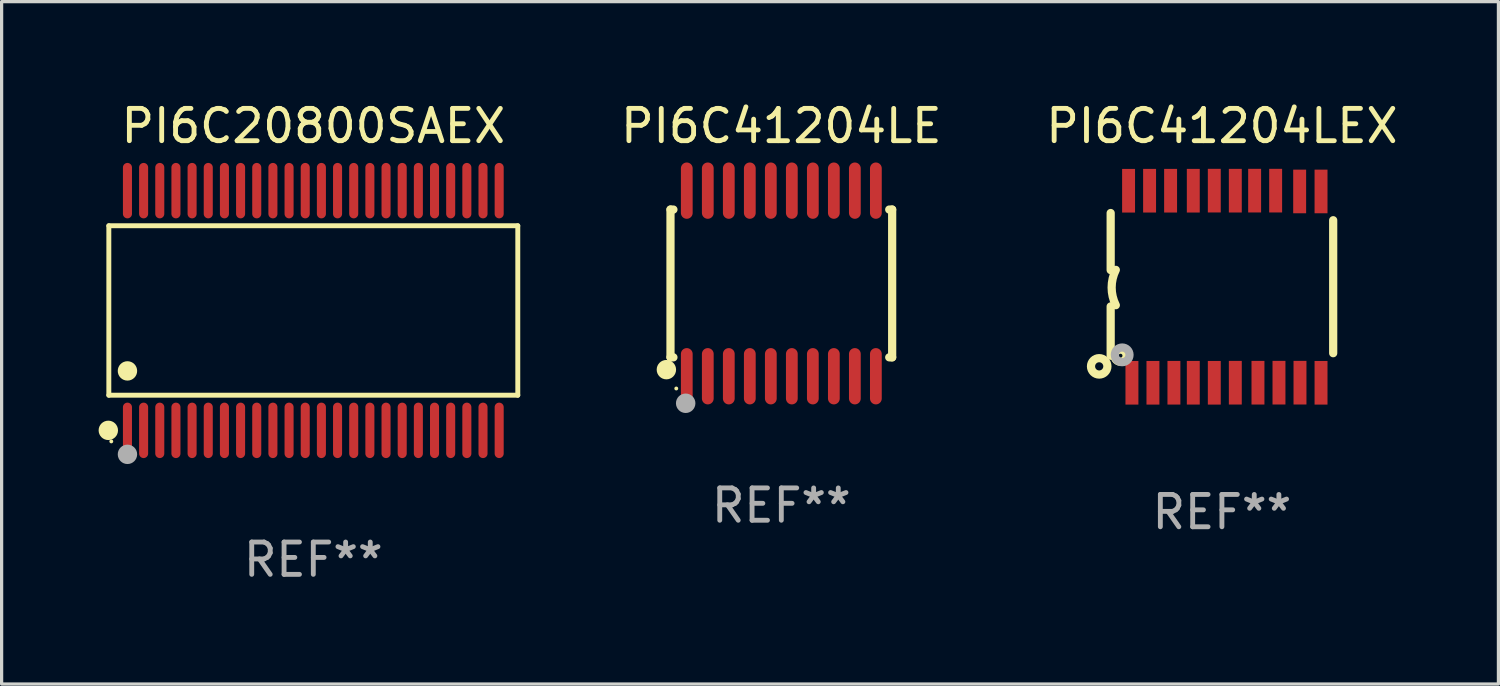
<source format=kicad_pcb>
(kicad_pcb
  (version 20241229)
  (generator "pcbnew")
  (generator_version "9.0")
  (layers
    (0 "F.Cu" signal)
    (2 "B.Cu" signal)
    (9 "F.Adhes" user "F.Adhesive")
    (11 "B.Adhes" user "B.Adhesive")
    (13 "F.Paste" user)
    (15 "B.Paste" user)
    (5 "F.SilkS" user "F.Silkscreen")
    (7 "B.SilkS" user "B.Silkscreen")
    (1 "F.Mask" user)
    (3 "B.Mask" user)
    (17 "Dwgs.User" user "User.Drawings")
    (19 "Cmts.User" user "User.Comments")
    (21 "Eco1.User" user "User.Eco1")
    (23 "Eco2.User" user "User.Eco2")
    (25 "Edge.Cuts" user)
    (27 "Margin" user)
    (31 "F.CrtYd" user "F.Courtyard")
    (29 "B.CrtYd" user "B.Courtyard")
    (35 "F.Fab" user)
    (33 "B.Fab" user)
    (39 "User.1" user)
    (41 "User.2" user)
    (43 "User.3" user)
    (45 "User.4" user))
  (footprint "PI6C20800SAEX"
    (layer "F.Cu")
    (at 6.643 6.556)
    (property "Reference" "PI6C20800SAEX" (at 0 -5.708 0) (layer "F.SilkS") (effects (font (size 1 1) (thickness 0.15))))
    (attr through_hole)
    (fp_line (start -6.326 -2.622) (end 6.326 -2.622) (stroke (width 0.152) (type solid)) (layer "F.SilkS"))
    (fp_line (start -6.326 2.621) (end -6.326 -2.622) (stroke (width 0.152) (type solid)) (layer "F.SilkS"))
    (fp_line (start 6.326 -2.622) (end 6.326 2.621) (stroke (width 0.152) (type solid)) (layer "F.SilkS"))
    (fp_line (start 6.326 2.621) (end -6.326 2.621) (stroke (width 0.152) (type solid)) (layer "F.SilkS"))
    (fp_circle (center -6.342 3.708) (end -6.192 3.708) (stroke (width 0.3) (type solid)) (fill no) (layer "F.SilkS"))
    (fp_circle (center -6.25 4.05) (end -6.22 4.05) (stroke (width 0.06) (type solid)) (fill no) (layer "F.SilkS"))
    (fp_circle (center -5.75 1.869) (end -5.6 1.869) (stroke (width 0.3) (type solid)) (fill no) (layer "F.SilkS"))
    (fp_circle (center -5.75 4.45) (end -5.6 4.45) (stroke (width 0.3) (type solid)) (fill no) (layer "F.Fab"))
    (fp_text user "REF**" (at 0 7.708 0) (layer "F.Fab") (effects (font (size 1 1) (thickness 0.15))))
    (pad "1" smd oval (at -5.75 3.708) (size 0.28 1.715) (layers "F.Cu" "F.Mask" "F.Paste"))
    (pad "2" smd oval (at -5.25 3.708) (size 0.28 1.715) (layers "F.Cu" "F.Mask" "F.Paste"))
    (pad "3" smd oval (at -4.75 3.708) (size 0.28 1.715) (layers "F.Cu" "F.Mask" "F.Paste"))
    (pad "4" smd oval (at -4.25 3.708) (size 0.28 1.715) (layers "F.Cu" "F.Mask" "F.Paste"))
    (pad "5" smd oval (at -3.75 3.708) (size 0.28 1.715) (layers "F.Cu" "F.Mask" "F.Paste"))
    (pad "6" smd oval (at -3.25 3.708) (size 0.28 1.715) (layers "F.Cu" "F.Mask" "F.Paste"))
    (pad "7" smd oval (at -2.75 3.708) (size 0.28 1.715) (layers "F.Cu" "F.Mask" "F.Paste"))
    (pad "8" smd oval (at -2.25 3.708) (size 0.28 1.715) (layers "F.Cu" "F.Mask" "F.Paste"))
    (pad "9" smd oval (at -1.75 3.708) (size 0.28 1.715) (layers "F.Cu" "F.Mask" "F.Paste"))
    (pad "10" smd oval (at -1.25 3.708) (size 0.28 1.715) (layers "F.Cu" "F.Mask" "F.Paste"))
    (pad "11" smd oval (at -0.75 3.708) (size 0.28 1.715) (layers "F.Cu" "F.Mask" "F.Paste"))
    (pad "12" smd oval (at -0.25 3.708) (size 0.28 1.715) (layers "F.Cu" "F.Mask" "F.Paste"))
    (pad "13" smd oval (at 0.25 3.708) (size 0.28 1.715) (layers "F.Cu" "F.Mask" "F.Paste"))
    (pad "14" smd oval (at 0.75 3.708) (size 0.28 1.715) (layers "F.Cu" "F.Mask" "F.Paste"))
    (pad "15" smd oval (at 1.25 3.708) (size 0.28 1.715) (layers "F.Cu" "F.Mask" "F.Paste"))
    (pad "16" smd oval (at 1.75 3.708) (size 0.28 1.715) (layers "F.Cu" "F.Mask" "F.Paste"))
    (pad "17" smd oval (at 2.25 3.708) (size 0.28 1.715) (layers "F.Cu" "F.Mask" "F.Paste"))
    (pad "18" smd oval (at 2.75 3.708) (size 0.28 1.715) (layers "F.Cu" "F.Mask" "F.Paste"))
    (pad "19" smd oval (at 3.25 3.708) (size 0.28 1.715) (layers "F.Cu" "F.Mask" "F.Paste"))
    (pad "20" smd oval (at 3.75 3.708) (size 0.28 1.715) (layers "F.Cu" "F.Mask" "F.Paste"))
    (pad "21" smd oval (at 4.25 3.708) (size 0.28 1.715) (layers "F.Cu" "F.Mask" "F.Paste"))
    (pad "22" smd oval (at 4.75 3.708) (size 0.28 1.715) (layers "F.Cu" "F.Mask" "F.Paste"))
    (pad "23" smd oval (at 5.25 3.708) (size 0.28 1.715) (layers "F.Cu" "F.Mask" "F.Paste"))
    (pad "24" smd oval (at 5.75 3.708) (size 0.28 1.715) (layers "F.Cu" "F.Mask" "F.Paste"))
    (pad "25" smd oval (at 5.75 -3.708) (size 0.28 1.715) (layers "F.Cu" "F.Mask" "F.Paste"))
    (pad "26" smd oval (at 5.25 -3.708) (size 0.28 1.715) (layers "F.Cu" "F.Mask" "F.Paste"))
    (pad "27" smd oval (at 4.75 -3.708) (size 0.28 1.715) (layers "F.Cu" "F.Mask" "F.Paste"))
    (pad "28" smd oval (at 4.25 -3.708) (size 0.28 1.715) (layers "F.Cu" "F.Mask" "F.Paste"))
    (pad "29" smd oval (at 3.75 -3.708) (size 0.28 1.715) (layers "F.Cu" "F.Mask" "F.Paste"))
    (pad "30" smd oval (at 3.25 -3.708) (size 0.28 1.715) (layers "F.Cu" "F.Mask" "F.Paste"))
    (pad "31" smd oval (at 2.75 -3.708) (size 0.28 1.715) (layers "F.Cu" "F.Mask" "F.Paste"))
    (pad "32" smd oval (at 2.25 -3.708) (size 0.28 1.715) (layers "F.Cu" "F.Mask" "F.Paste"))
    (pad "33" smd oval (at 1.75 -3.708) (size 0.28 1.715) (layers "F.Cu" "F.Mask" "F.Paste"))
    (pad "34" smd oval (at 1.25 -3.708) (size 0.28 1.715) (layers "F.Cu" "F.Mask" "F.Paste"))
    (pad "35" smd oval (at 0.75 -3.708) (size 0.28 1.715) (layers "F.Cu" "F.Mask" "F.Paste"))
    (pad "36" smd oval (at 0.25 -3.708) (size 0.28 1.715) (layers "F.Cu" "F.Mask" "F.Paste"))
    (pad "37" smd oval (at -0.25 -3.708) (size 0.28 1.715) (layers "F.Cu" "F.Mask" "F.Paste"))
    (pad "38" smd oval (at -0.75 -3.708) (size 0.28 1.715) (layers "F.Cu" "F.Mask" "F.Paste"))
    (pad "39" smd oval (at -1.25 -3.708) (size 0.28 1.715) (layers "F.Cu" "F.Mask" "F.Paste"))
    (pad "40" smd oval (at -1.75 -3.708) (size 0.28 1.715) (layers "F.Cu" "F.Mask" "F.Paste"))
    (pad "41" smd oval (at -2.25 -3.708) (size 0.28 1.715) (layers "F.Cu" "F.Mask" "F.Paste"))
    (pad "42" smd oval (at -2.75 -3.708) (size 0.28 1.715) (layers "F.Cu" "F.Mask" "F.Paste"))
    (pad "43" smd oval (at -3.25 -3.708) (size 0.28 1.715) (layers "F.Cu" "F.Mask" "F.Paste"))
    (pad "44" smd oval (at -3.75 -3.708) (size 0.28 1.715) (layers "F.Cu" "F.Mask" "F.Paste"))
    (pad "45" smd oval (at -4.25 -3.708) (size 0.28 1.715) (layers "F.Cu" "F.Mask" "F.Paste"))
    (pad "46" smd oval (at -4.75 -3.708) (size 0.28 1.715) (layers "F.Cu" "F.Mask" "F.Paste"))
    (pad "47" smd oval (at -5.25 -3.708) (size 0.28 1.715) (layers "F.Cu" "F.Mask" "F.Paste"))
    (pad "48" smd oval (at -5.75 -3.708) (size 0.28 1.715) (layers "F.Cu" "F.Mask" "F.Paste")))
  (footprint "PI6C41204LE"
    (layer "F.Cu")
    (at 21.122 5.719)
    (property "Reference" "PI6C41204LE" (at 0 -4.871 0) (layer "F.SilkS") (effects (font (size 1 1) (thickness 0.15))))
    (attr through_hole)
    (fp_line (start -3.429 -2.286) (end -3.429 2.286) (stroke (width 0.254) (type solid)) (layer "F.SilkS"))
    (fp_line (start -3.429 2.286) (end -3.338 2.286) (stroke (width 0.254) (type solid)) (layer "F.SilkS"))
    (fp_line (start -3.338 -2.286) (end -3.429 -2.286) (stroke (width 0.254) (type solid)) (layer "F.SilkS"))
    (fp_line (start 3.338 -2.286) (end 3.429 -2.286) (stroke (width 0.254) (type solid)) (layer "F.SilkS"))
    (fp_line (start 3.429 -2.286) (end 3.429 2.286) (stroke (width 0.254) (type solid)) (layer "F.SilkS"))
    (fp_line (start 3.429 2.286) (end 3.338 2.286) (stroke (width 0.254) (type solid)) (layer "F.SilkS"))
    (fp_circle (center -3.556 2.667) (end -3.406 2.667) (stroke (width 0.3) (type solid)) (fill no) (layer "F.SilkS"))
    (fp_circle (center -3.25 3.25) (end -3.22 3.25) (stroke (width 0.06) (type solid)) (fill no) (layer "F.SilkS"))
    (fp_circle (center -2.959 3.707) (end -2.808 3.707) (stroke (width 0.3) (type solid)) (fill no) (layer "F.Fab"))
    (fp_text user "REF**" (at 0 6.871 0) (layer "F.Fab") (effects (font (size 1 1) (thickness 0.15))))
    (pad "1" smd oval (at -2.925 2.871) (size 0.364 1.742) (layers "F.Cu" "F.Mask" "F.Paste"))
    (pad "2" smd oval (at -2.275 2.871) (size 0.364 1.742) (layers "F.Cu" "F.Mask" "F.Paste"))
    (pad "3" smd oval (at -1.625 2.871) (size 0.364 1.742) (layers "F.Cu" "F.Mask" "F.Paste"))
    (pad "4" smd oval (at -0.975 2.871) (size 0.364 1.742) (layers "F.Cu" "F.Mask" "F.Paste"))
    (pad "5" smd oval (at -0.325 2.871) (size 0.364 1.742) (layers "F.Cu" "F.Mask" "F.Paste"))
    (pad "6" smd oval (at 0.325 2.871) (size 0.364 1.742) (layers "F.Cu" "F.Mask" "F.Paste"))
    (pad "7" smd oval (at 0.975 2.871) (size 0.364 1.742) (layers "F.Cu" "F.Mask" "F.Paste"))
    (pad "8" smd oval (at 1.625 2.871) (size 0.364 1.742) (layers "F.Cu" "F.Mask" "F.Paste"))
    (pad "9" smd oval (at 2.275 2.871) (size 0.364 1.742) (layers "F.Cu" "F.Mask" "F.Paste"))
    (pad "10" smd oval (at 2.925 2.871) (size 0.364 1.742) (layers "F.Cu" "F.Mask" "F.Paste"))
    (pad "11" smd oval (at 2.925 -2.871) (size 0.364 1.742) (layers "F.Cu" "F.Mask" "F.Paste"))
    (pad "12" smd oval (at 2.275 -2.871) (size 0.364 1.742) (layers "F.Cu" "F.Mask" "F.Paste"))
    (pad "13" smd oval (at 1.625 -2.871) (size 0.364 1.742) (layers "F.Cu" "F.Mask" "F.Paste"))
    (pad "14" smd oval (at 0.975 -2.871) (size 0.364 1.742) (layers "F.Cu" "F.Mask" "F.Paste"))
    (pad "15" smd oval (at 0.325 -2.871) (size 0.364 1.742) (layers "F.Cu" "F.Mask" "F.Paste"))
    (pad "16" smd oval (at -0.325 -2.871) (size 0.364 1.742) (layers "F.Cu" "F.Mask" "F.Paste"))
    (pad "17" smd oval (at -0.975 -2.871) (size 0.364 1.742) (layers "F.Cu" "F.Mask" "F.Paste"))
    (pad "18" smd oval (at -1.625 -2.871) (size 0.364 1.742) (layers "F.Cu" "F.Mask" "F.Paste"))
    (pad "19" smd oval (at -2.275 -2.871) (size 0.364 1.742) (layers "F.Cu" "F.Mask" "F.Paste"))
    (pad "20" smd oval (at -2.925 -2.871) (size 0.364 1.742) (layers "F.Cu" "F.Mask" "F.Paste")))
  (footprint "PI6C41204LEX"
    (layer "F.Cu")
    (at 34.753 5.82)
    (property "Reference" "PI6C41204LEX" (at 0 -4.972 0) (layer "F.SilkS") (effects (font (size 1 1) (thickness 0.15))))
    (attr through_hole)
    (fp_line (start -3.442 -0.514) (end -3.442 -2.28) (stroke (width 0.254) (type solid)) (layer "F.SilkS"))
    (fp_line (start -3.442 0.61) (end -3.442 2.134) (stroke (width 0.254) (type solid)) (layer "F.SilkS"))
    (fp_line (start 3.442 -2.057) (end 3.442 2.057) (stroke (width 0.254) (type solid)) (layer "F.SilkS"))
    (fp_arc (start -3.282957 0.571502) (mid -3.411874 0.0254) (end -3.282957 -0.520701) (stroke (width 0.254001) (type solid)) (layer "F.SilkS"))
    (fp_circle (center -3.797 2.464) (end -3.543 2.464) (stroke (width 0.254) (type solid)) (fill no) (layer "F.SilkS"))
    (fp_circle (center -3.137 2.134) (end -3.077 2.134) (stroke (width 0.254) (type solid)) (fill no) (layer "F.SilkS"))
    (fp_circle (center -3.086 2.108) (end -2.986 2.108) (stroke (width 0.254) (type solid)) (fill no) (layer "F.Fab"))
    (fp_text user "REF**" (at 0 6.972 0) (layer "F.Fab") (effects (font (size 1 1) (thickness 0.15))))
    (pad "1" smd rect (at -2.784 2.972 90) (size 1.35 0.4) (layers "F.Cu" "F.Mask" "F.Paste"))
    (pad "2" smd rect (at -2.134 2.972 270) (size 1.35 0.4) (layers "F.Cu" "F.Mask" "F.Paste"))
    (pad "3" smd rect (at -1.485 2.971 270) (size 1.35 0.4) (layers "F.Cu" "F.Mask" "F.Paste"))
    (pad "4" smd rect (at -0.886 2.971 270) (size 1.35 0.4) (layers "F.Cu" "F.Mask" "F.Paste"))
    (pad "5" smd rect (at -0.236 2.972 270) (size 1.35 0.4) (layers "F.Cu" "F.Mask" "F.Paste"))
    (pad "6" smd rect (at 0.414 2.97 270) (size 1.35 0.4) (layers "F.Cu" "F.Mask" "F.Paste"))
    (pad "7" smd rect (at 1.115 2.97 270) (size 1.35 0.4) (layers "F.Cu" "F.Mask" "F.Paste"))
    (pad "8" smd rect (at 1.765 2.969 270) (size 1.35 0.4) (layers "F.Cu" "F.Mask" "F.Paste"))
    (pad "9" smd rect (at 2.415 2.969 270) (size 1.35 0.4) (layers "F.Cu" "F.Mask" "F.Paste"))
    (pad "10" smd rect (at 3.066 2.972 270) (size 1.35 0.4) (layers "F.Cu" "F.Mask" "F.Paste"))
    (pad "11" smd rect (at 3.066 -2.947 270) (size 1.35 0.4) (layers "F.Cu" "F.Mask" "F.Paste"))
    (pad "12" smd rect (at 2.405 -2.947 270) (size 1.35 0.4) (layers "F.Cu" "F.Mask" "F.Paste"))
    (pad "13" smd rect (at 1.662 -2.972 90) (size 1.35 0.4) (layers "F.Cu" "F.Mask" "F.Paste"))
    (pad "14" smd rect (at 1.012 -2.972 90) (size 1.35 0.4) (layers "F.Cu" "F.Mask" "F.Paste"))
    (pad "15" smd rect (at 0.414 -2.971 90) (size 1.35 0.4) (layers "F.Cu" "F.Mask" "F.Paste"))
    (pad "16" smd rect (at -0.236 -2.972 90) (size 1.35 0.4) (layers "F.Cu" "F.Mask" "F.Paste"))
    (pad "17" smd rect (at -0.886 -2.97 90) (size 1.35 0.4) (layers "F.Cu" "F.Mask" "F.Paste"))
    (pad "18" smd rect (at -1.588 -2.97 90) (size 1.35 0.4) (layers "F.Cu" "F.Mask" "F.Paste"))
    (pad "19" smd rect (at -2.238 -2.97 90) (size 1.35 0.4) (layers "F.Cu" "F.Mask" "F.Paste"))
    (pad "20" smd rect (at -2.888 -2.969 90) (size 1.35 0.4) (layers "F.Cu" "F.Mask" "F.Paste")))
  (gr_rect
    (start -3 -3)
    (end 43.307 18.112)
    (stroke (width 0.1) (type default))
    (fill no)
    (layer "Edge.Cuts")))
</source>
